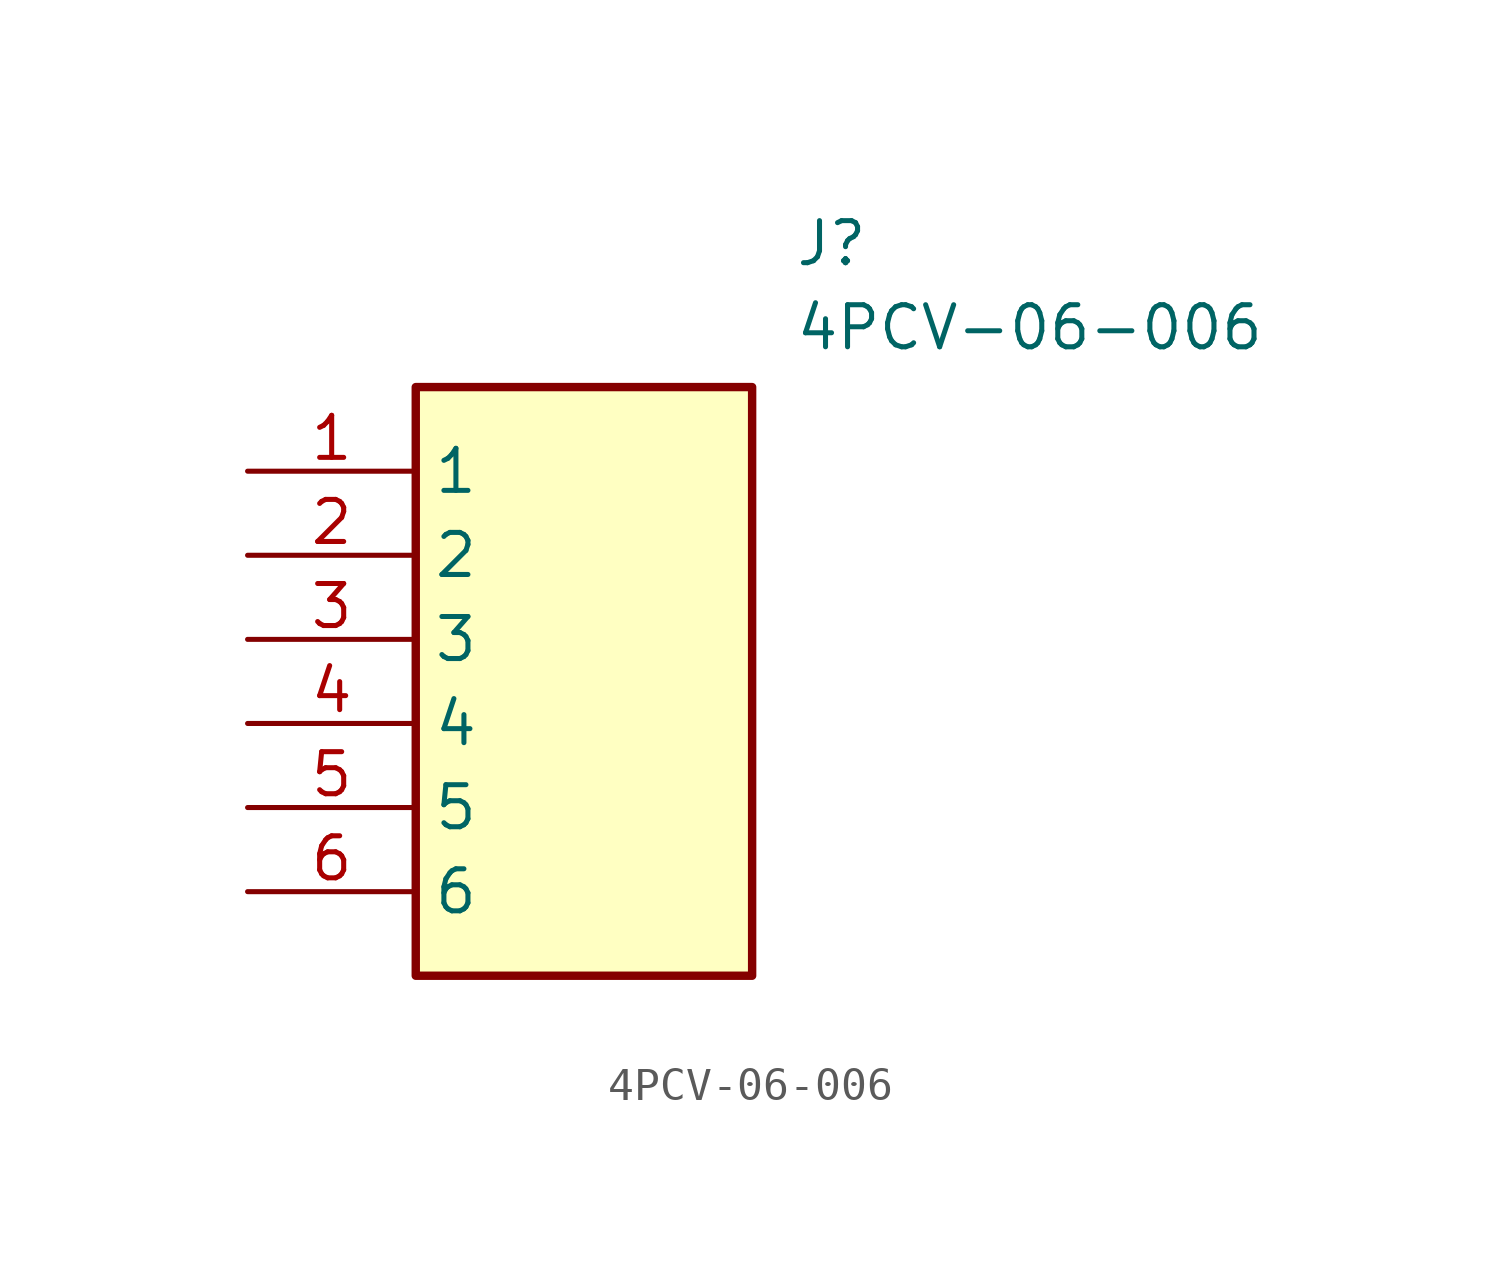
<source format=kicad_sym>
(kicad_symbol_lib
  (version 20211014)
  (generator SamacSys_ECAD_Model)
  (symbol "4PCV-06-006"
    (property "Reference" "J"
      (at 16.51 7.62 0)
      (effects (font (size 1.27 1.27)) (justify left top)))
    (property "Value" "4PCV-06-006"
      (at 16.51 5.08 0)
      (effects (font (size 1.27 1.27)) (justify left top)))
    (rectangle
      (start 5.08 2.54)
      (end 15.24 -15.24)
      (stroke (width 0.254) (type default))
      (fill (type background)))
    (pin passive line
      (at 0 0 0)
      (length 5.08)
      (name "1" (effects (font (size 1.27 1.27))))
      (number "1" (effects (font (size 1.27 1.27)))))
    (pin passive line
      (at 0 -2.54 0)
      (length 5.08)
      (name "2" (effects (font (size 1.27 1.27))))
      (number "2" (effects (font (size 1.27 1.27)))))
    (pin passive line
      (at 0 -5.08 0)
      (length 5.08)
      (name "3" (effects (font (size 1.27 1.27))))
      (number "3" (effects (font (size 1.27 1.27)))))
    (pin passive line
      (at 0 -7.62 0)
      (length 5.08)
      (name "4" (effects (font (size 1.27 1.27))))
      (number "4" (effects (font (size 1.27 1.27)))))
    (pin passive line
      (at 0 -10.16 0)
      (length 5.08)
      (name "5" (effects (font (size 1.27 1.27))))
      (number "5" (effects (font (size 1.27 1.27)))))
    (pin passive line
      (at 0 -12.7 0)
      (length 5.08)
      (name "6" (effects (font (size 1.27 1.27))))
      (number "6" (effects (font (size 1.27 1.27)))))))
</source>
